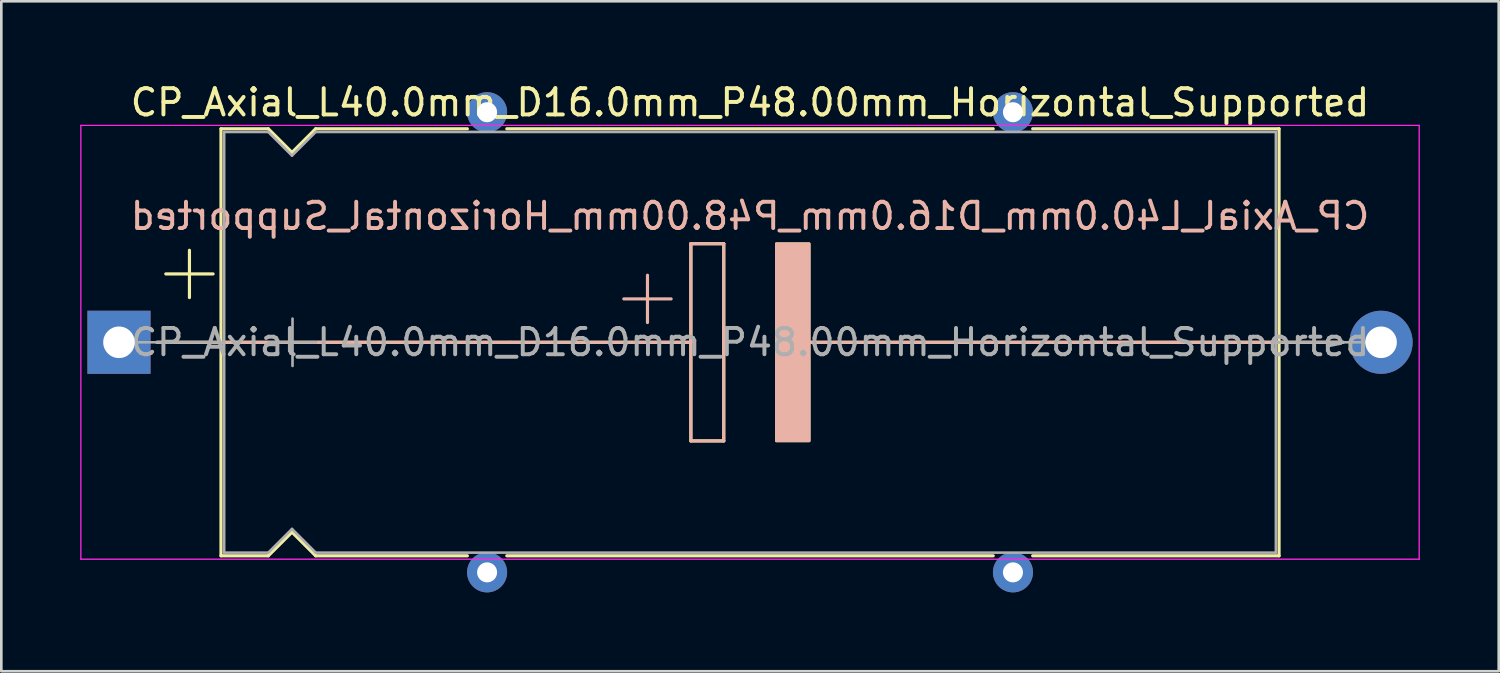
<source format=kicad_pcb>
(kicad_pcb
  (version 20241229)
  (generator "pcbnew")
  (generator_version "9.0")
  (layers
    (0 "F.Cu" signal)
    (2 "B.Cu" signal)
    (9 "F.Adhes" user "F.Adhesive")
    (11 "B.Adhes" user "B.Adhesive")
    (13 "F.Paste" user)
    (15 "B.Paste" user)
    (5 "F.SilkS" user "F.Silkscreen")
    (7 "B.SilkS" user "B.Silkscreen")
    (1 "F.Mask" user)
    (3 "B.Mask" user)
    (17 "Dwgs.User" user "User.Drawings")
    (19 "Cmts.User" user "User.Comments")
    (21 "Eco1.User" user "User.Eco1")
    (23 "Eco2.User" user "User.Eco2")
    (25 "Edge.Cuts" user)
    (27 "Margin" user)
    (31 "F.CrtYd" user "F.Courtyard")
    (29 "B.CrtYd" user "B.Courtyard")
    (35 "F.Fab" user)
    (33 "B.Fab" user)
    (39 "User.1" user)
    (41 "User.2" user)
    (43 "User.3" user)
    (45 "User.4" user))
  (footprint "CP_Axial_L40.0mm_D16.0mm_P48.00mm_Horizontal_Supported"
    (layer "F.Cu")
    (at 1.475 9.968)
    (property "Reference" "CP_Axial_L40.0mm_D16.0mm_P48.00mm_Horizontal_Supported" (at 24 -9.12 0) (layer "F.SilkS") (effects (font (size 1 1) (thickness 0.15))))
    (fp_line (start 1.44 0) (end 3.88 0) (stroke (width 0.12) (type solid)) (layer "F.SilkS"))
    (fp_line (start 1.78 -2.6) (end 3.58 -2.6) (stroke (width 0.12) (type solid)) (layer "F.SilkS"))
    (fp_line (start 2.68 -3.5) (end 2.68 -1.7) (stroke (width 0.12) (type solid)) (layer "F.SilkS"))
    (fp_line (start 3.88 -8.12) (end 3.88 8.12) (stroke (width 0.12) (type solid)) (layer "F.SilkS"))
    (fp_line (start 3.88 -8.12) (end 5.68 -8.12) (stroke (width 0.12) (type solid)) (layer "F.SilkS"))
    (fp_line (start 3.88 0) (end 21.75 0) (stroke (width 0.12) (type solid)) (layer "F.SilkS"))
    (fp_line (start 3.88 8.12) (end 5.68 8.12) (stroke (width 0.12) (type solid)) (layer "F.SilkS"))
    (fp_line (start 5.68 -8.12) (end 6.58 -7.22) (stroke (width 0.12) (type solid)) (layer "F.SilkS"))
    (fp_line (start 5.68 8.12) (end 6.58 7.22) (stroke (width 0.12) (type solid)) (layer "F.SilkS"))
    (fp_line (start 6.58 -7.22) (end 7.48 -8.12) (stroke (width 0.12) (type solid)) (layer "F.SilkS"))
    (fp_line (start 6.58 7.22) (end 7.48 8.12) (stroke (width 0.12) (type solid)) (layer "F.SilkS"))
    (fp_line (start 7.48 -8.12) (end 13.25 -8.12) (stroke (width 0.12) (type solid)) (layer "F.SilkS"))
    (fp_line (start 7.48 8.12) (end 13.25 8.12) (stroke (width 0.12) (type solid)) (layer "F.SilkS"))
    (fp_line (start 14.75 -8.12) (end 33.25 -8.12) (stroke (width 0.12) (type solid)) (layer "F.SilkS"))
    (fp_line (start 14.75 8.12) (end 33.25 8.12) (stroke (width 0.12) (type solid)) (layer "F.SilkS"))
    (fp_line (start 21.75 -3.75) (end 23 -3.75) (stroke (width 0.12) (type solid)) (layer "F.SilkS"))
    (fp_line (start 21.75 0) (end 21.75 -3.75) (stroke (width 0.12) (type solid)) (layer "F.SilkS"))
    (fp_line (start 21.75 3.75) (end 21.75 0) (stroke (width 0.12) (type solid)) (layer "F.SilkS"))
    (fp_line (start 23 -3.75) (end 23 3.75) (stroke (width 0.12) (type solid)) (layer "F.SilkS"))
    (fp_line (start 23 3.75) (end 21.75 3.75) (stroke (width 0.12) (type solid)) (layer "F.SilkS"))
    (fp_line (start 26.25 0) (end 44.12 0) (stroke (width 0.12) (type solid)) (layer "F.SilkS"))
    (fp_line (start 34.75 -8.12) (end 44.12 -8.12) (stroke (width 0.12) (type solid)) (layer "F.SilkS"))
    (fp_line (start 34.75 8.12) (end 44.12 8.12) (stroke (width 0.12) (type solid)) (layer "F.SilkS"))
    (fp_line (start 44.12 -8.12) (end 44.12 8.12) (stroke (width 0.12) (type solid)) (layer "F.SilkS"))
    (fp_line (start 46.56 0) (end 44.12 0) (stroke (width 0.12) (type solid)) (layer "F.SilkS"))
    (fp_poly (pts (xy 26.25 3.75) (xy 25 3.75) (xy 25 -3.75) (xy 26.25 -3.75)) (stroke (width 0.1) (type solid)) (fill yes) (layer "F.SilkS"))
    (fp_line (start 1.45 0) (end 14.88 0) (stroke (width 0.12) (type solid)) (layer "B.SilkS"))
    (fp_line (start 14.88 0) (end 21.75 0) (stroke (width 0.12) (type solid)) (layer "B.SilkS"))
    (fp_line (start 20.1 -2.55) (end 20.1 -0.75) (stroke (width 0.12) (type solid)) (layer "B.SilkS"))
    (fp_line (start 21 -1.65) (end 19.2 -1.65) (stroke (width 0.12) (type solid)) (layer "B.SilkS"))
    (fp_line (start 21.75 -3.75) (end 23 -3.75) (stroke (width 0.12) (type solid)) (layer "B.SilkS"))
    (fp_line (start 21.75 0) (end 21.75 -3.75) (stroke (width 0.12) (type solid)) (layer "B.SilkS"))
    (fp_line (start 21.75 3.75) (end 21.75 0) (stroke (width 0.12) (type solid)) (layer "B.SilkS"))
    (fp_line (start 23 -3.75) (end 23 3.75) (stroke (width 0.12) (type solid)) (layer "B.SilkS"))
    (fp_line (start 23 3.75) (end 21.75 3.75) (stroke (width 0.12) (type solid)) (layer "B.SilkS"))
    (fp_line (start 26.25 0) (end 33.12 0) (stroke (width 0.12) (type solid)) (layer "B.SilkS"))
    (fp_line (start 46.55 0) (end 33.12 0) (stroke (width 0.12) (type solid)) (layer "B.SilkS"))
    (fp_poly (pts (xy 26.25 3.75) (xy 25 3.75) (xy 25 -3.75) (xy 26.25 -3.75)) (stroke (width 0.1) (type solid)) (fill yes) (layer "B.SilkS"))
    (fp_line (start -1.45 -8.25) (end -1.45 8.25) (stroke (width 0.05) (type solid)) (layer "F.CrtYd"))
    (fp_line (start -1.45 8.25) (end 49.45 8.25) (stroke (width 0.05) (type solid)) (layer "F.CrtYd"))
    (fp_line (start 49.45 -8.25) (end -1.45 -8.25) (stroke (width 0.05) (type solid)) (layer "F.CrtYd"))
    (fp_line (start 49.45 8.25) (end 49.45 -8.25) (stroke (width 0.05) (type solid)) (layer "F.CrtYd"))
    (fp_line (start 0 0) (end 4 0) (stroke (width 0.1) (type solid)) (layer "F.Fab"))
    (fp_line (start 4 -8) (end 4 8) (stroke (width 0.1) (type solid)) (layer "F.Fab"))
    (fp_line (start 4 -8) (end 5.68 -8) (stroke (width 0.1) (type solid)) (layer "F.Fab"))
    (fp_line (start 4 8) (end 5.68 8) (stroke (width 0.1) (type solid)) (layer "F.Fab"))
    (fp_line (start 5.68 -8) (end 6.58 -7.1) (stroke (width 0.1) (type solid)) (layer "F.Fab"))
    (fp_line (start 5.68 8) (end 6.58 7.1) (stroke (width 0.1) (type solid)) (layer "F.Fab"))
    (fp_line (start 5.7 0) (end 7.5 0) (stroke (width 0.1) (type solid)) (layer "F.Fab"))
    (fp_line (start 6.58 -7.1) (end 7.48 -8) (stroke (width 0.1) (type solid)) (layer "F.Fab"))
    (fp_line (start 6.58 7.1) (end 7.48 8) (stroke (width 0.1) (type solid)) (layer "F.Fab"))
    (fp_line (start 6.6 -0.9) (end 6.6 0.9) (stroke (width 0.1) (type solid)) (layer "F.Fab"))
    (fp_line (start 7.48 -8) (end 44 -8) (stroke (width 0.1) (type solid)) (layer "F.Fab"))
    (fp_line (start 7.48 8) (end 44 8) (stroke (width 0.1) (type solid)) (layer "F.Fab"))
    (fp_line (start 44 -8) (end 44 8) (stroke (width 0.1) (type solid)) (layer "F.Fab"))
    (fp_line (start 48 0) (end 44 0) (stroke (width 0.1) (type solid)) (layer "F.Fab"))
    (fp_text user "${REFERENCE}" (at 24 -4.8 0) (layer "B.SilkS") (effects (font (size 1 1) (thickness 0.15)) (justify mirror)))
    (fp_text user "${REFERENCE}" (at 24 0 0) (layer "F.Fab") (effects (font (size 1 1) (thickness 0.15))))
    (pad "" thru_hole circle (at 14 -8.75) (size 1.524 1.524) (drill 0.762) (layers "*.Cu" "*.Mask"))
    (pad "" thru_hole circle (at 14 8.75) (size 1.524 1.524) (drill 0.762) (layers "*.Cu" "*.Mask"))
    (pad "" thru_hole circle (at 34 -8.75) (size 1.524 1.524) (drill 0.762) (layers "*.Cu" "*.Mask"))
    (pad "" thru_hole circle (at 34 8.75) (size 1.524 1.524) (drill 0.762) (layers "*.Cu" "*.Mask"))
    (pad "1" thru_hole rect (at 0 0) (size 2.4 2.4) (drill 1.2) (layers "*.Cu" "*.Mask"))
    (pad "2" thru_hole oval (at 48 0) (size 2.4 2.4) (drill 1.2) (layers "*.Cu" "*.Mask")))
  (gr_rect
    (start -3 -3)
    (end 53.95 22.48)
    (stroke (width 0.1) (type default))
    (fill no)
    (layer "Edge.Cuts")))
</source>
